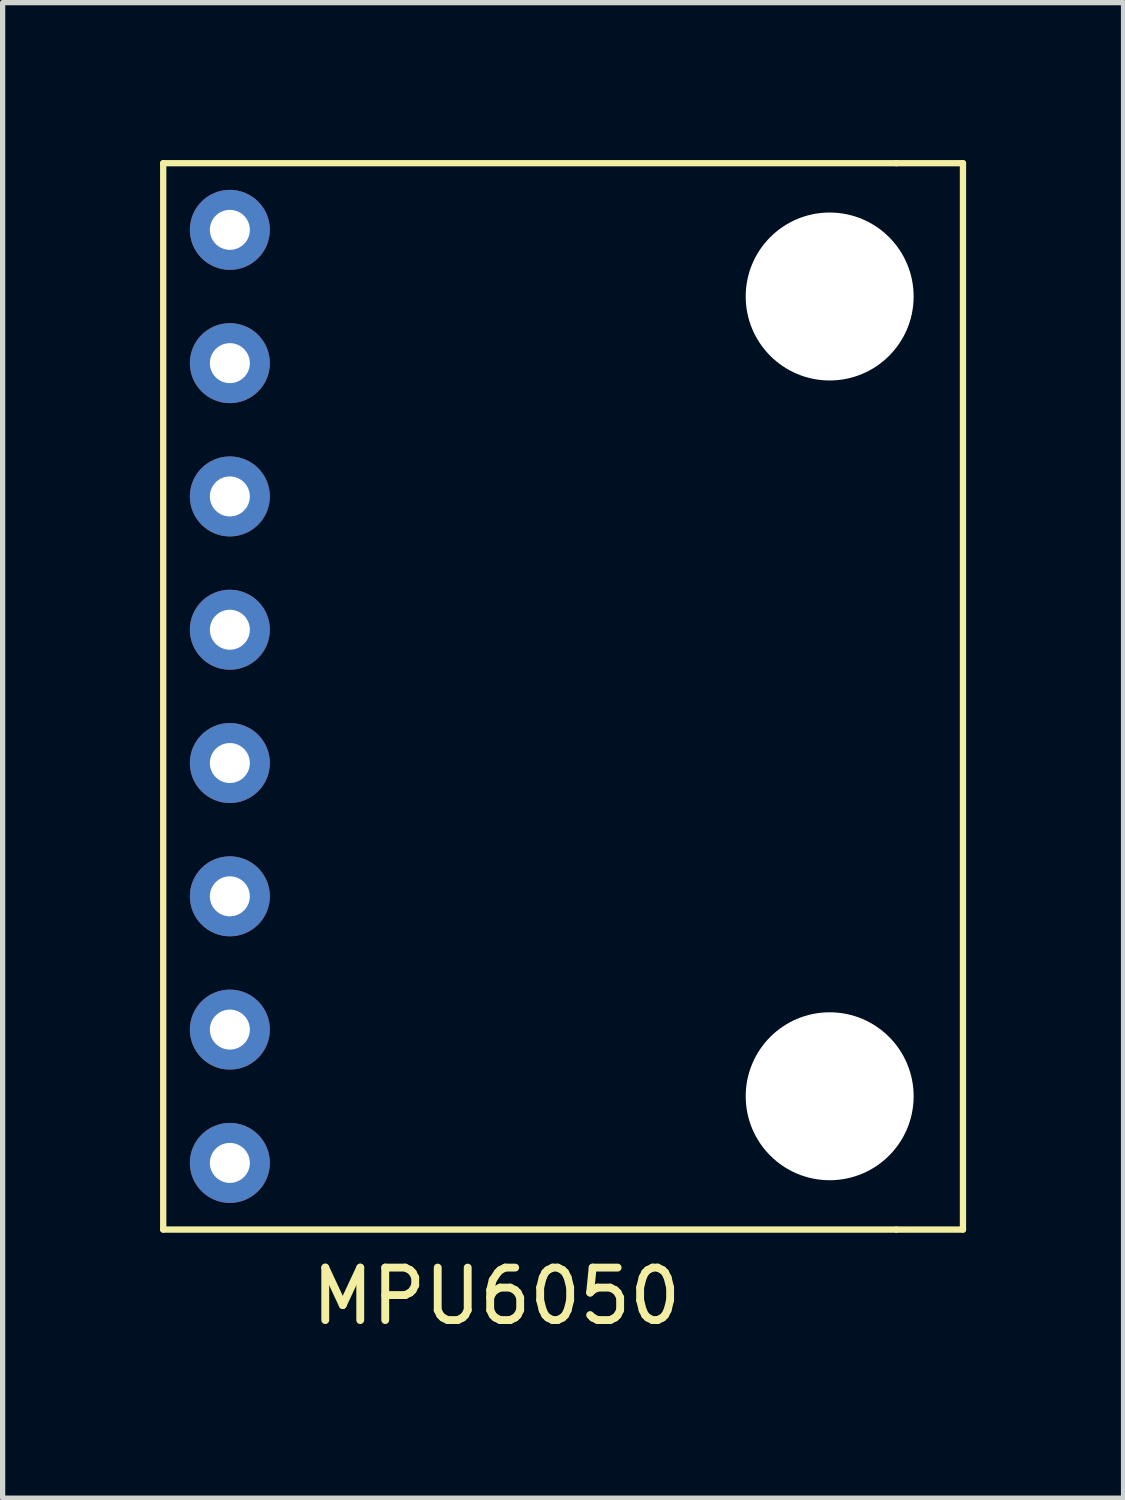
<source format=kicad_pcb>
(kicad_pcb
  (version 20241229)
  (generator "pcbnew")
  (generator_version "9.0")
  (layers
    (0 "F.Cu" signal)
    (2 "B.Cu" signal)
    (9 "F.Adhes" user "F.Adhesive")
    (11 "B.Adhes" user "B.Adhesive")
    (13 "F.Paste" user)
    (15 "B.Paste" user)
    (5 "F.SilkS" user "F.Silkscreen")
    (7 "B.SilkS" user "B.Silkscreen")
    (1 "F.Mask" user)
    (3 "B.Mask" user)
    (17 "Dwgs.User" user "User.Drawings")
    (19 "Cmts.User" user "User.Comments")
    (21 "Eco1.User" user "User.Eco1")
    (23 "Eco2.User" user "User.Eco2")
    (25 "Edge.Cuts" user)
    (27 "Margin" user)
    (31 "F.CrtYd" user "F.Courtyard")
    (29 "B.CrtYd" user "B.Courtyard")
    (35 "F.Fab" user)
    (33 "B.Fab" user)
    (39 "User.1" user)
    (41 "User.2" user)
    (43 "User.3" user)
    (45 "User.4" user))
  (footprint "MPU6050"
    (layer "F.Cu")
    (at 6.41 11.49)
    (property "Reference" "MPU6050" (at 0 10.16 0) (layer "F.SilkS") (effects (font (size 1 1) (thickness 0.15))))
    (attr through_hole)
    (fp_line (start -6.35 -11.43) (end -6.35 8.89) (stroke (width 0.12) (type solid)) (layer "F.SilkS"))
    (fp_line (start -6.35 8.89) (end 7.62 8.89) (stroke (width 0.12) (type solid)) (layer "F.SilkS"))
    (fp_line (start 7.62 -11.43) (end -6.35 -11.43) (stroke (width 0.12) (type solid)) (layer "F.SilkS"))
    (fp_line (start 7.62 -11.43) (end 8.89 -11.43) (stroke (width 0.12) (type solid)) (layer "F.SilkS"))
    (fp_line (start 8.89 -11.43) (end 8.89 8.89) (stroke (width 0.12) (type solid)) (layer "F.SilkS"))
    (fp_line (start 8.89 8.89) (end 7.62 8.89) (stroke (width 0.12) (type solid)) (layer "F.SilkS"))
    (pad "" np_thru_hole circle (at 6.35 -8.89) (size 3.2 3.2) (drill 3.2) (layers "*.Cu" "*.Mask"))
    (pad "" np_thru_hole circle (at 6.35 6.35) (size 3.2 3.2) (drill 3.2) (layers "*.Cu" "*.Mask"))
    (pad "1" thru_hole circle (at -5.08 -10.16) (size 1.524 1.524) (drill 0.762) (layers "*.Cu" "*.Mask"))
    (pad "2" thru_hole circle (at -5.08 -7.62) (size 1.524 1.524) (drill 0.762) (layers "*.Cu" "*.Mask"))
    (pad "3" thru_hole circle (at -5.08 -5.08) (size 1.524 1.524) (drill 0.762) (layers "*.Cu" "*.Mask"))
    (pad "4" thru_hole circle (at -5.08 -2.54) (size 1.524 1.524) (drill 0.762) (layers "*.Cu" "*.Mask"))
    (pad "5" thru_hole circle (at -5.08 0) (size 1.524 1.524) (drill 0.762) (layers "*.Cu" "*.Mask"))
    (pad "6" thru_hole circle (at -5.08 2.54) (size 1.524 1.524) (drill 0.762) (layers "*.Cu" "*.Mask"))
    (pad "7" thru_hole circle (at -5.08 5.08) (size 1.524 1.524) (drill 0.762) (layers "*.Cu" "*.Mask"))
    (pad "8" thru_hole circle (at -5.08 7.62) (size 1.524 1.524) (drill 0.762) (layers "*.Cu" "*.Mask")))
  (gr_rect
    (start -3 -3)
    (end 18.36 25.498)
    (stroke (width 0.1) (type default))
    (fill no)
    (layer "Edge.Cuts")))
</source>
